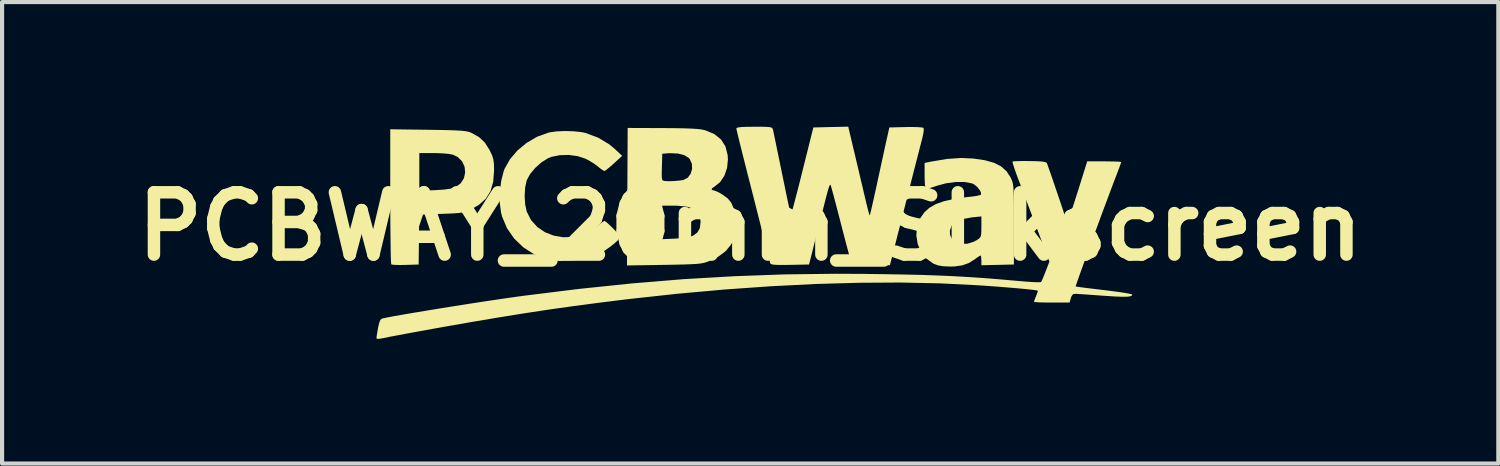
<source format=kicad_pcb>
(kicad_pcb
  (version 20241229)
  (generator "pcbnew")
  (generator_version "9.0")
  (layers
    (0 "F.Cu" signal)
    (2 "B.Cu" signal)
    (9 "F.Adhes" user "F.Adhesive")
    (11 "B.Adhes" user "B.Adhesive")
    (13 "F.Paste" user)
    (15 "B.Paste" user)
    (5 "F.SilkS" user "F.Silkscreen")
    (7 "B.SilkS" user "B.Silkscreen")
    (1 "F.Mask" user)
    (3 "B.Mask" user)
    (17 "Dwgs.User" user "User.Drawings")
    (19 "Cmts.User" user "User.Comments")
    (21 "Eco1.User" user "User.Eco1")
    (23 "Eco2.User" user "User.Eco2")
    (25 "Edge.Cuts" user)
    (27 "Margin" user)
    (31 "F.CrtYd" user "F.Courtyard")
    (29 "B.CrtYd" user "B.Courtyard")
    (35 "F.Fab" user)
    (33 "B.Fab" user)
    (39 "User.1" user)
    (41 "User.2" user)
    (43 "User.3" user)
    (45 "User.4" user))
  (footprint "PCBWAY_20mm_Slikscreen"
    (layer "F.Cu")
    (at 15.014 2.402)
    (property "Reference" "PCBWAY_20mm_Slikscreen" (at 0 0 0) (layer "F.SilkS") (effects (font (size 1.5 1.5) (thickness 0.3))))
    (attr board_only exclude_from_pos_files exclude_from_bom)
    (fp_poly (pts (xy -7.758 -2.327) (xy -7.48 -2.323) (xy -7.26 -2.318) (xy -7.09 -2.312) (xy -6.961 -2.305) (xy -6.866 -2.295) (xy -6.796 -2.282) (xy -6.742 -2.266) (xy -6.718 -2.256) (xy -6.53 -2.151) (xy -6.388 -2.017) (xy -6.274 -1.836) (xy -6.27 -1.828) (xy -6.216 -1.713) (xy -6.185 -1.614) (xy -6.17 -1.505) (xy -6.167 -1.358) (xy -6.167 -1.345) (xy -6.188 -1.076) (xy -6.252 -0.853) (xy -6.365 -0.67) (xy -6.529 -0.522) (xy -6.689 -0.428) (xy -6.775 -0.387) (xy -6.848 -0.358) (xy -6.924 -0.337) (xy -7.016 -0.324) (xy -7.138 -0.314) (xy -7.304 -0.307) (xy -7.44 -0.302) (xy -7.971 -0.283) (xy -7.977 0.317) (xy -7.983 0.917) (xy -8.301 0.927) (xy -8.44 0.929) (xy -8.554 0.926) (xy -8.626 0.919) (xy -8.642 0.913) (xy -8.647 0.876) (xy -8.652 0.779) (xy -8.656 0.628) (xy -8.659 0.43) (xy -8.662 0.191) (xy -8.665 -0.081) (xy -8.666 -0.381) (xy -8.667 -0.702) (xy -8.667 -0.725) (xy -8.667 -1.767) (xy -7.967 -1.767) (xy -7.967 -1.312) (xy -7.967 -0.858) (xy -7.592 -0.873) (xy -7.372 -0.887) (xy -7.213 -0.909) (xy -7.106 -0.941) (xy -7.099 -0.944) (xy -6.972 -1.037) (xy -6.893 -1.16) (xy -6.863 -1.299) (xy -6.878 -1.44) (xy -6.939 -1.569) (xy -7.044 -1.673) (xy -7.16 -1.727) (xy -7.251 -1.745) (xy -7.386 -1.758) (xy -7.543 -1.765) (xy -7.629 -1.767) (xy -7.967 -1.767) (xy -8.667 -1.767) (xy -8.667 -2.339)) (stroke (width 0) (type solid)) (fill yes) (layer "F.SilkS"))
    (fp_poly (pts (xy -4.253 -2.291) (xy -4.063 -2.271) (xy -3.971 -2.252) (xy -3.662 -2.138) (xy -3.388 -1.973) (xy -3.258 -1.863) (xy -3.083 -1.699) (xy -3.283 -1.516) (xy -3.38 -1.431) (xy -3.458 -1.367) (xy -3.506 -1.335) (xy -3.512 -1.333) (xy -3.552 -1.354) (xy -3.622 -1.405) (xy -3.661 -1.438) (xy -3.761 -1.513) (xy -3.888 -1.59) (xy -3.965 -1.63) (xy -4.154 -1.692) (xy -4.369 -1.721) (xy -4.587 -1.715) (xy -4.783 -1.676) (xy -4.869 -1.642) (xy -5.027 -1.542) (xy -5.175 -1.41) (xy -5.298 -1.263) (xy -5.377 -1.119) (xy -5.382 -1.106) (xy -5.419 -0.934) (xy -5.431 -0.731) (xy -5.418 -0.528) (xy -5.382 -0.36) (xy -5.279 -0.155) (xy -5.13 0.011) (xy -4.945 0.138) (xy -4.733 0.221) (xy -4.504 0.261) (xy -4.269 0.253) (xy -4.036 0.196) (xy -3.817 0.088) (xy -3.717 0.016) (xy -3.623 -0.058) (xy -3.549 -0.111) (xy -3.509 -0.133) (xy -3.508 -0.133) (xy -3.473 -0.111) (xy -3.406 -0.053) (xy -3.319 0.031) (xy -3.299 0.051) (xy -3.209 0.145) (xy -3.159 0.216) (xy -3.152 0.277) (xy -3.192 0.339) (xy -3.279 0.418) (xy -3.392 0.505) (xy -3.575 0.631) (xy -3.751 0.72) (xy -3.939 0.777) (xy -4.158 0.809) (xy -4.367 0.821) (xy -4.623 0.821) (xy -4.816 0.805) (xy -4.91 0.785) (xy -5.206 0.669) (xy -5.466 0.501) (xy -5.685 0.29) (xy -5.857 0.042) (xy -5.974 -0.236) (xy -6 -0.337) (xy -6.03 -0.571) (xy -6.028 -0.833) (xy -5.996 -1.094) (xy -5.936 -1.328) (xy -5.916 -1.382) (xy -5.787 -1.614) (xy -5.606 -1.827) (xy -5.383 -2.012) (xy -5.132 -2.159) (xy -4.865 -2.256) (xy -4.833 -2.264) (xy -4.666 -2.288) (xy -4.463 -2.297)) (stroke (width 0) (type solid)) (fill yes) (layer "F.SilkS"))
    (fp_poly (pts (xy 5.379 -1.634) (xy 5.654 -1.593) (xy 5.872 -1.531) (xy 6.042 -1.445) (xy 6.172 -1.329) (xy 6.27 -1.18) (xy 6.273 -1.172) (xy 6.295 -1.125) (xy 6.313 -1.079) (xy 6.326 -1.024) (xy 6.336 -0.954) (xy 6.342 -0.859) (xy 6.347 -0.732) (xy 6.349 -0.563) (xy 6.35 -0.345) (xy 6.35 -0.069) (xy 6.35 -0.05) (xy 6.35 0.917) (xy 5.958 0.926) (xy 5.567 0.935) (xy 5.567 0.818) (xy 5.562 0.74) (xy 5.55 0.701) (xy 5.548 0.7) (xy 5.512 0.718) (xy 5.445 0.764) (xy 5.421 0.782) (xy 5.268 0.88) (xy 5.107 0.938) (xy 4.917 0.964) (xy 4.809 0.966) (xy 4.649 0.96) (xy 4.529 0.94) (xy 4.425 0.902) (xy 4.404 0.891) (xy 4.237 0.771) (xy 4.113 0.611) (xy 4.033 0.423) (xy 4.001 0.22) (xy 4.01 0.105) (xy 4.807 0.105) (xy 4.813 0.206) (xy 4.863 0.314) (xy 4.958 0.386) (xy 5.086 0.421) (xy 5.233 0.416) (xy 5.385 0.368) (xy 5.454 0.331) (xy 5.511 0.293) (xy 5.545 0.255) (xy 5.561 0.199) (xy 5.566 0.107) (xy 5.567 0.01) (xy 5.567 -0.241) (xy 5.342 -0.218) (xy 5.117 -0.178) (xy 4.953 -0.111) (xy 4.85 -0.017) (xy 4.807 0.105) (xy 4.01 0.105) (xy 4.017 0.014) (xy 4.084 -0.181) (xy 4.194 -0.34) (xy 4.315 -0.449) (xy 4.47 -0.537) (xy 4.666 -0.607) (xy 4.91 -0.662) (xy 5.21 -0.705) (xy 5.325 -0.717) (xy 5.442 -0.732) (xy 5.528 -0.752) (xy 5.566 -0.771) (xy 5.567 -0.773) (xy 5.54 -0.855) (xy 5.475 -0.943) (xy 5.391 -1.013) (xy 5.345 -1.035) (xy 5.165 -1.069) (xy 4.949 -1.07) (xy 4.718 -1.039) (xy 4.524 -0.987) (xy 4.4 -0.947) (xy 4.3 -0.916) (xy 4.24 -0.901) (xy 4.233 -0.9) (xy 4.218 -0.931) (xy 4.207 -1.017) (xy 4.201 -1.147) (xy 4.2 -1.214) (xy 4.2 -1.529) (xy 4.375 -1.564) (xy 4.747 -1.626) (xy 5.082 -1.648)) (stroke (width 0) (type solid)) (fill yes) (layer "F.SilkS"))
    (fp_poly (pts (xy -2.101 -2.368) (xy -1.814 -2.366) (xy -1.584 -2.362) (xy -1.405 -2.355) (xy -1.268 -2.346) (xy -1.164 -2.333) (xy -1.087 -2.316) (xy -1.079 -2.314) (xy -0.864 -2.224) (xy -0.704 -2.096) (xy -0.596 -1.927) (xy -0.543 -1.719) (xy -0.536 -1.613) (xy -0.557 -1.407) (xy -0.622 -1.22) (xy -0.723 -1.068) (xy -0.849 -0.967) (xy -0.916 -0.92) (xy -0.929 -0.883) (xy -0.886 -0.867) (xy -0.878 -0.867) (xy -0.821 -0.849) (xy -0.732 -0.805) (xy -0.657 -0.76) (xy -0.54 -0.673) (xy -0.459 -0.575) (xy -0.406 -0.455) (xy -0.378 -0.297) (xy -0.368 -0.09) (xy -0.367 -0.048) (xy -0.368 0.108) (xy -0.375 0.216) (xy -0.39 0.295) (xy -0.418 0.362) (xy -0.462 0.437) (xy -0.465 0.442) (xy -0.59 0.595) (xy -0.759 0.722) (xy -0.983 0.832) (xy -1.004 0.841) (xy -1.063 0.863) (xy -1.125 0.88) (xy -1.199 0.893) (xy -1.294 0.903) (xy -1.419 0.91) (xy -1.583 0.916) (xy -1.795 0.921) (xy -2.064 0.926) (xy -2.075 0.926) (xy -2.967 0.94) (xy -2.96 -0.5) (xy -2.133 -0.5) (xy -2.133 -0.096) (xy -2.133 0.308) (xy -1.808 0.294) (xy -1.594 0.277) (xy -1.443 0.249) (xy -1.376 0.223) (xy -1.27 0.144) (xy -1.212 0.04) (xy -1.195 -0.107) (xy -1.195 -0.127) (xy -1.216 -0.262) (xy -1.276 -0.363) (xy -1.381 -0.434) (xy -1.537 -0.478) (xy -1.748 -0.498) (xy -1.858 -0.5) (xy -2.133 -0.5) (xy -2.96 -0.5) (xy -2.959 -0.715) (xy -2.956 -1.279) (xy -2.13 -1.279) (xy -2.129 -1.184) (xy -2.12 -1.131) (xy -2.101 -1.105) (xy -2.069 -1.096) (xy -2.06 -1.094) (xy -1.964 -1.089) (xy -1.835 -1.093) (xy -1.703 -1.104) (xy -1.609 -1.118) (xy -1.506 -1.171) (xy -1.434 -1.266) (xy -1.399 -1.385) (xy -1.404 -1.509) (xy -1.455 -1.621) (xy -1.479 -1.649) (xy -1.586 -1.715) (xy -1.74 -1.755) (xy -1.926 -1.764) (xy -1.983 -1.761) (xy -2.117 -1.75) (xy -2.126 -1.427) (xy -2.13 -1.279) (xy -2.956 -1.279) (xy -2.95 -2.371)) (stroke (width 0) (type solid)) (fill yes) (layer "F.SilkS"))
    (fp_poly (pts (xy 2.466 -1.959) (xy 2.515 -1.753) (xy 2.572 -1.511) (xy 2.631 -1.262) (xy 2.684 -1.035) (xy 2.689 -1.017) (xy 2.746 -0.774) (xy 2.79 -0.588) (xy 2.823 -0.453) (xy 2.847 -0.361) (xy 2.863 -0.305) (xy 2.873 -0.277) (xy 2.88 -0.27) (xy 2.882 -0.272) (xy 2.891 -0.306) (xy 2.913 -0.397) (xy 2.945 -0.536) (xy 2.985 -0.714) (xy 3.031 -0.923) (xy 3.08 -1.15) (xy 3.133 -1.392) (xy 3.183 -1.623) (xy 3.228 -1.83) (xy 3.266 -2.004) (xy 3.295 -2.134) (xy 3.31 -2.2) (xy 3.351 -2.383) (xy 3.748 -2.393) (xy 3.905 -2.394) (xy 4.038 -2.391) (xy 4.132 -2.383) (xy 4.174 -2.373) (xy 4.18 -2.327) (xy 4.168 -2.234) (xy 4.14 -2.108) (xy 4.137 -2.097) (xy 4.114 -2.009) (xy 4.077 -1.865) (xy 4.028 -1.674) (xy 3.969 -1.445) (xy 3.903 -1.187) (xy 3.832 -0.908) (xy 3.759 -0.617) (xy 3.75 -0.583) (xy 3.678 -0.298) (xy 3.61 -0.029) (xy 3.547 0.216) (xy 3.493 0.43) (xy 3.449 0.604) (xy 3.417 0.73) (xy 3.398 0.802) (xy 3.397 0.808) (xy 3.364 0.933) (xy 2.915 0.933) (xy 2.734 0.933) (xy 2.608 0.93) (xy 2.527 0.924) (xy 2.479 0.911) (xy 2.452 0.892) (xy 2.436 0.863) (xy 2.434 0.858) (xy 2.417 0.805) (xy 2.386 0.698) (xy 2.345 0.546) (xy 2.296 0.361) (xy 2.241 0.153) (xy 2.215 0.05) (xy 2.157 -0.174) (xy 2.102 -0.387) (xy 2.052 -0.578) (xy 2.011 -0.733) (xy 1.981 -0.841) (xy 1.974 -0.867) (xy 1.959 -0.922) (xy 1.948 -0.966) (xy 1.937 -0.995) (xy 1.926 -1.003) (xy 1.911 -0.985) (xy 1.892 -0.934) (xy 1.866 -0.847) (xy 1.831 -0.718) (xy 1.786 -0.54) (xy 1.728 -0.31) (xy 1.655 -0.022) (xy 1.641 0.033) (xy 1.417 0.917) (xy 0.958 0.926) (xy 0.763 0.928) (xy 0.626 0.926) (xy 0.54 0.918) (xy 0.495 0.904) (xy 0.485 0.893) (xy 0.472 0.847) (xy 0.447 0.749) (xy 0.411 0.609) (xy 0.369 0.44) (xy 0.334 0.3) (xy 0.289 0.123) (xy 0.232 -0.104) (xy 0.165 -0.368) (xy 0.093 -0.653) (xy 0.018 -0.947) (xy -0.056 -1.236) (xy -0.069 -1.286) (xy -0.133 -1.54) (xy -0.192 -1.773) (xy -0.243 -1.978) (xy -0.285 -2.148) (xy -0.314 -2.273) (xy -0.331 -2.346) (xy -0.333 -2.361) (xy -0.31 -2.379) (xy -0.235 -2.391) (xy -0.104 -2.398) (xy 0.088 -2.4) (xy 0.099 -2.4) (xy 0.276 -2.4) (xy 0.397 -2.397) (xy 0.474 -2.39) (xy 0.518 -2.378) (xy 0.539 -2.357) (xy 0.549 -2.327) (xy 0.55 -2.325) (xy 0.561 -2.274) (xy 0.583 -2.167) (xy 0.615 -2.012) (xy 0.655 -1.818) (xy 0.701 -1.594) (xy 0.752 -1.349) (xy 0.768 -1.268) (xy 0.819 -1.022) (xy 0.865 -0.798) (xy 0.906 -0.603) (xy 0.94 -0.447) (xy 0.964 -0.337) (xy 0.978 -0.281) (xy 0.98 -0.276) (xy 0.99 -0.304) (xy 1.015 -0.389) (xy 1.051 -0.525) (xy 1.098 -0.703) (xy 1.153 -0.915) (xy 1.214 -1.155) (xy 1.256 -1.324) (xy 1.521 -2.383) (xy 1.941 -2.393) (xy 2.361 -2.402)) (stroke (width 0) (type solid)) (fill yes) (layer "F.SilkS"))
    (fp_poly (pts (xy 6.725 -1.574) (xy 6.911 -1.57) (xy 7.038 -1.561) (xy 7.113 -1.546) (xy 7.142 -1.527) (xy 7.158 -1.486) (xy 7.191 -1.393) (xy 7.238 -1.26) (xy 7.294 -1.098) (xy 7.355 -0.917) (xy 7.419 -0.73) (xy 7.481 -0.546) (xy 7.537 -0.378) (xy 7.583 -0.236) (xy 7.617 -0.131) (xy 7.634 -0.075) (xy 7.635 -0.07) (xy 7.645 -0.093) (xy 7.672 -0.172) (xy 7.714 -0.3) (xy 7.769 -0.47) (xy 7.834 -0.673) (xy 7.907 -0.902) (xy 7.985 -1.151) (xy 8.024 -1.275) (xy 8.115 -1.567) (xy 8.524 -1.567) (xy 8.681 -1.565) (xy 8.809 -1.562) (xy 8.898 -1.557) (xy 8.933 -1.55) (xy 8.933 -1.55) (xy 8.922 -1.513) (xy 8.892 -1.429) (xy 8.848 -1.312) (xy 8.821 -1.241) (xy 8.749 -1.053) (xy 8.667 -0.835) (xy 8.577 -0.594) (xy 8.481 -0.338) (xy 8.384 -0.073) (xy 8.286 0.191) (xy 8.192 0.449) (xy 8.103 0.692) (xy 8.023 0.914) (xy 7.953 1.107) (xy 7.898 1.263) (xy 7.859 1.375) (xy 7.839 1.437) (xy 7.837 1.446) (xy 7.873 1.452) (xy 7.964 1.465) (xy 8.102 1.483) (xy 8.276 1.504) (xy 8.475 1.528) (xy 8.525 1.534) (xy 8.728 1.559) (xy 8.907 1.583) (xy 9.052 1.606) (xy 9.152 1.625) (xy 9.198 1.638) (xy 9.2 1.641) (xy 9.188 1.667) (xy 9.147 1.684) (xy 9.07 1.693) (xy 8.95 1.694) (xy 8.779 1.687) (xy 8.551 1.672) (xy 8.503 1.669) (xy 8.307 1.655) (xy 8.128 1.642) (xy 7.981 1.632) (xy 7.878 1.625) (xy 7.835 1.622) (xy 7.773 1.632) (xy 7.735 1.684) (xy 7.722 1.725) (xy 7.69 1.833) (xy 7.262 1.833) (xy 7.102 1.832) (xy 6.969 1.829) (xy 6.875 1.823) (xy 6.834 1.817) (xy 6.833 1.816) (xy 6.845 1.776) (xy 6.874 1.701) (xy 6.884 1.677) (xy 6.914 1.598) (xy 6.926 1.551) (xy 6.925 1.547) (xy 6.886 1.538) (xy 6.788 1.525) (xy 6.64 1.509) (xy 6.45 1.491) (xy 6.226 1.472) (xy 5.976 1.452) (xy 5.708 1.432) (xy 5.467 1.416) (xy 4.571 1.371) (xy 3.62 1.351) (xy 2.619 1.357) (xy 1.576 1.386) (xy 0.495 1.441) (xy -0.616 1.519) (xy -1.751 1.621) (xy -2.904 1.747) (xy -3.083 1.768) (xy -3.697 1.845) (xy -4.284 1.923) (xy -4.859 2.004) (xy -5.439 2.092) (xy -6.04 2.189) (xy -6.676 2.296) (xy -7.267 2.399) (xy -7.631 2.464) (xy -7.961 2.524) (xy -8.251 2.577) (xy -8.495 2.623) (xy -8.687 2.659) (xy -8.822 2.687) (xy -8.861 2.695) (xy -8.96 2.71) (xy -8.999 2.697) (xy -9 2.692) (xy -8.994 2.643) (xy -8.979 2.55) (xy -8.961 2.445) (xy -8.934 2.323) (xy -8.906 2.253) (xy -8.869 2.221) (xy -8.852 2.216) (xy -8.734 2.191) (xy -8.559 2.158) (xy -8.336 2.119) (xy -8.072 2.074) (xy -7.777 2.025) (xy -7.46 1.973) (xy -7.129 1.92) (xy -6.794 1.867) (xy -6.462 1.816) (xy -6.142 1.768) (xy -5.843 1.724) (xy -5.575 1.686) (xy -5.433 1.667) (xy -4.115 1.504) (xy -2.843 1.372) (xy -1.603 1.27) (xy -0.384 1.199) (xy 0.83 1.155) (xy 2.049 1.14) (xy 2.711 1.143) (xy 3.237 1.15) (xy 3.707 1.158) (xy 4.134 1.168) (xy 4.527 1.182) (xy 4.898 1.198) (xy 5.26 1.219) (xy 5.622 1.243) (xy 5.996 1.273) (xy 6.393 1.308) (xy 6.467 1.314) (xy 6.645 1.329) (xy 6.8 1.34) (xy 6.918 1.344) (xy 6.989 1.343) (xy 7.004 1.339) (xy 7.025 1.299) (xy 7.062 1.214) (xy 7.107 1.1) (xy 7.114 1.082) (xy 7.205 0.848) (xy 6.954 0.182) (xy 6.863 -0.061) (xy 6.762 -0.327) (xy 6.662 -0.593) (xy 6.569 -0.836) (xy 6.502 -1.014) (xy 6.436 -1.189) (xy 6.381 -1.341) (xy 6.341 -1.461) (xy 6.319 -1.538) (xy 6.317 -1.561) (xy 6.355 -1.568) (xy 6.446 -1.572) (xy 6.576 -1.575)) (stroke (width 0) (type solid)) (fill yes) (layer "F.SilkS")))
  (gr_rect
    (start -3 -3)
    (end 33.029 8.112)
    (stroke (width 0.1) (type default))
    (fill no)
    (layer "Edge.Cuts")))
</source>
